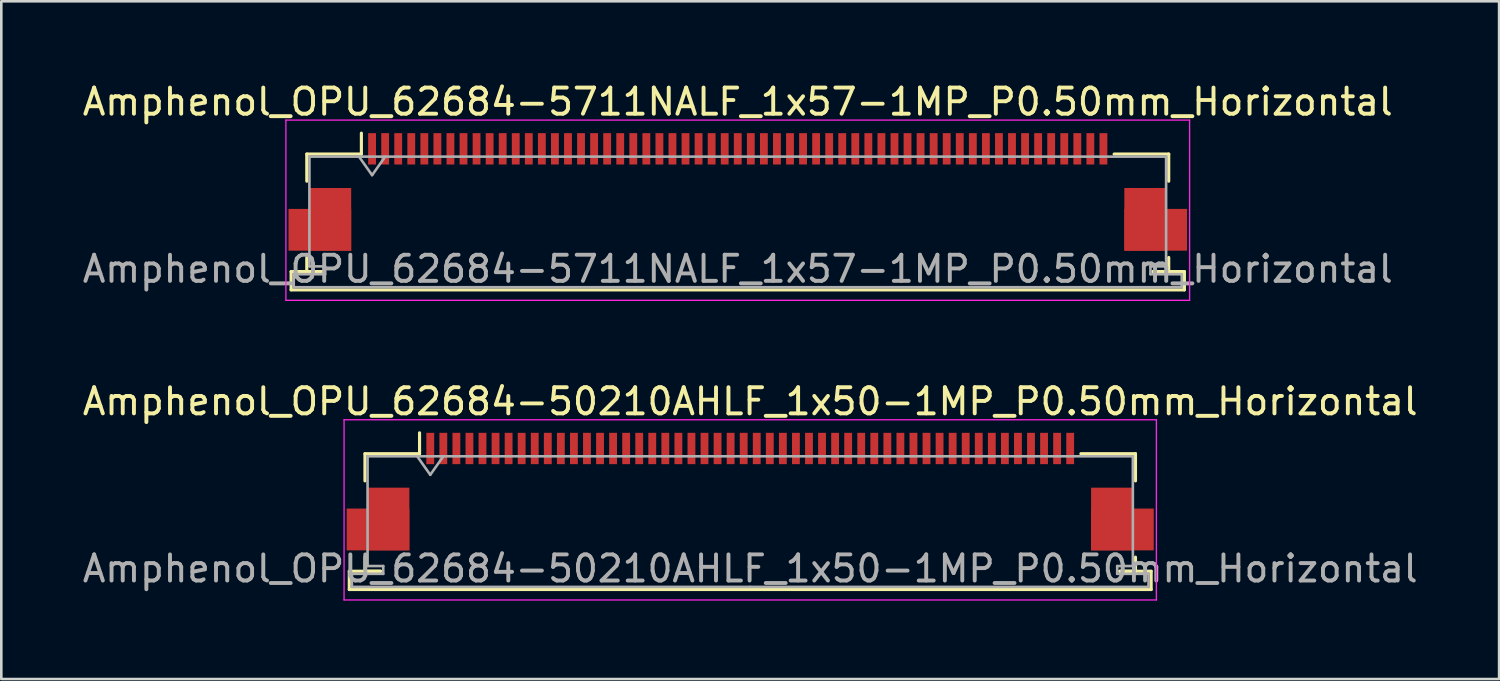
<source format=kicad_pcb>
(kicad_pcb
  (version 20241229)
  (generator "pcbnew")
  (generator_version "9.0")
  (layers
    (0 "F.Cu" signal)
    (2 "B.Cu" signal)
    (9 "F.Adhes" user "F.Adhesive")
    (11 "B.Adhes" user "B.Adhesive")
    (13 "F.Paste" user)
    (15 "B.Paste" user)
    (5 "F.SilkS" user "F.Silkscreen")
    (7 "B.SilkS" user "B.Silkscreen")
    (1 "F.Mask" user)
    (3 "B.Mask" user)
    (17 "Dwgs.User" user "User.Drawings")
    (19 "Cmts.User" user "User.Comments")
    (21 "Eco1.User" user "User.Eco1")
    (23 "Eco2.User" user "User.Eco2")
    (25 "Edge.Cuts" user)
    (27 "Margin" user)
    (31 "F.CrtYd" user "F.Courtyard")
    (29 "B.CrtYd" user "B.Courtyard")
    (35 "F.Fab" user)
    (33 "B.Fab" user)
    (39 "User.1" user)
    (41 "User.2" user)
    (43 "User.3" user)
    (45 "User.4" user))
  (footprint "Amphenol_OPU_62684-5711NALF_1x57-1MP_P0.50mm_Horizontal"
    (layer "F.Cu")
    (at 25.196 4.298)
    (property "Reference" "Amphenol_OPU_62684-5711NALF_1x57-1MP_P0.50mm_Horizontal" (at 0 -3.45 0) (layer "F.SilkS") (effects (font (size 1 1) (thickness 0.15))))
    (attr smd)
    (fp_line (start -17.1 3.05) (end -17.1 3.75) (stroke (width 0.12) (type solid)) (layer "F.SilkS"))
    (fp_line (start -17.1 3.75) (end 17.1 3.75) (stroke (width 0.12) (type solid)) (layer "F.SilkS"))
    (fp_line (start -16.5 -1.45) (end -16.5 -0.41) (stroke (width 0.12) (type solid)) (layer "F.SilkS"))
    (fp_line (start -16.5 2.51) (end -16.5 3.05) (stroke (width 0.12) (type solid)) (layer "F.SilkS"))
    (fp_line (start -16.5 3.05) (end -15.9 3.05) (stroke (width 0.12) (type solid)) (layer "F.SilkS"))
    (fp_line (start -15.9 3.05) (end -17.1 3.05) (stroke (width 0.12) (type solid)) (layer "F.SilkS"))
    (fp_line (start -14.41 -1.45) (end -16.5 -1.45) (stroke (width 0.12) (type solid)) (layer "F.SilkS"))
    (fp_line (start -14.41 -1.45) (end -14.41 -2.25) (stroke (width 0.12) (type solid)) (layer "F.SilkS"))
    (fp_line (start 14.41 -1.45) (end 16.5 -1.45) (stroke (width 0.12) (type solid)) (layer "F.SilkS"))
    (fp_line (start 15.9 3.05) (end 16.5 3.05) (stroke (width 0.12) (type solid)) (layer "F.SilkS"))
    (fp_line (start 16.5 -1.45) (end 16.5 -0.41) (stroke (width 0.12) (type solid)) (layer "F.SilkS"))
    (fp_line (start 16.5 3.05) (end 16.5 2.51) (stroke (width 0.12) (type solid)) (layer "F.SilkS"))
    (fp_line (start 17.1 3.05) (end 15.9 3.05) (stroke (width 0.12) (type solid)) (layer "F.SilkS"))
    (fp_line (start 17.1 3.75) (end 17.1 3.05) (stroke (width 0.12) (type solid)) (layer "F.SilkS"))
    (fp_line (start -17.3 -2.75) (end -17.3 4.15) (stroke (width 0.05) (type solid)) (layer "F.CrtYd"))
    (fp_line (start -17.3 4.15) (end 17.3 4.15) (stroke (width 0.05) (type solid)) (layer "F.CrtYd"))
    (fp_line (start 17.3 -2.75) (end -17.3 -2.75) (stroke (width 0.05) (type solid)) (layer "F.CrtYd"))
    (fp_line (start 17.3 4.15) (end 17.3 -2.75) (stroke (width 0.05) (type solid)) (layer "F.CrtYd"))
    (fp_line (start -17 3.15) (end -17 3.65) (stroke (width 0.1) (type solid)) (layer "F.Fab"))
    (fp_line (start -17 3.65) (end 0 3.65) (stroke (width 0.1) (type solid)) (layer "F.Fab"))
    (fp_line (start -16.4 -1.35) (end -16.4 2.85) (stroke (width 0.1) (type solid)) (layer "F.Fab"))
    (fp_line (start -16.4 2.85) (end -15.8 2.85) (stroke (width 0.1) (type solid)) (layer "F.Fab"))
    (fp_line (start -15.8 2.85) (end -15.8 3.15) (stroke (width 0.1) (type solid)) (layer "F.Fab"))
    (fp_line (start -15.8 3.15) (end -17 3.15) (stroke (width 0.1) (type solid)) (layer "F.Fab"))
    (fp_line (start -14.5 -1.35) (end -14 -0.643) (stroke (width 0.1) (type solid)) (layer "F.Fab"))
    (fp_line (start -14 -0.643) (end -13.5 -1.35) (stroke (width 0.1) (type solid)) (layer "F.Fab"))
    (fp_line (start 0 -1.35) (end -16.4 -1.35) (stroke (width 0.1) (type solid)) (layer "F.Fab"))
    (fp_line (start 0 -1.35) (end 16.4 -1.35) (stroke (width 0.1) (type solid)) (layer "F.Fab"))
    (fp_line (start 15.8 2.85) (end 15.8 3.15) (stroke (width 0.1) (type solid)) (layer "F.Fab"))
    (fp_line (start 15.8 3.15) (end 17 3.15) (stroke (width 0.1) (type solid)) (layer "F.Fab"))
    (fp_line (start 16.4 -1.35) (end 16.4 2.85) (stroke (width 0.1) (type solid)) (layer "F.Fab"))
    (fp_line (start 16.4 2.85) (end 15.8 2.85) (stroke (width 0.1) (type solid)) (layer "F.Fab"))
    (fp_line (start 17 3.15) (end 17 3.65) (stroke (width 0.1) (type solid)) (layer "F.Fab"))
    (fp_line (start 17 3.65) (end 0 3.65) (stroke (width 0.1) (type solid)) (layer "F.Fab"))
    (fp_text user "${REFERENCE}" (at 0 2.95 0) (layer "F.Fab") (effects (font (size 1 1) (thickness 0.15))))
    (pad "1" smd rect (at -14 -1.65) (size 0.3 1.2) (layers "F.Cu" "F.Mask" "F.Paste"))
    (pad "2" smd rect (at -13.5 -1.65) (size 0.3 1.2) (layers "F.Cu" "F.Mask" "F.Paste"))
    (pad "3" smd rect (at -13 -1.65) (size 0.3 1.2) (layers "F.Cu" "F.Mask" "F.Paste"))
    (pad "4" smd rect (at -12.5 -1.65) (size 0.3 1.2) (layers "F.Cu" "F.Mask" "F.Paste"))
    (pad "5" smd rect (at -12 -1.65) (size 0.3 1.2) (layers "F.Cu" "F.Mask" "F.Paste"))
    (pad "6" smd rect (at -11.5 -1.65) (size 0.3 1.2) (layers "F.Cu" "F.Mask" "F.Paste"))
    (pad "7" smd rect (at -11 -1.65) (size 0.3 1.2) (layers "F.Cu" "F.Mask" "F.Paste"))
    (pad "8" smd rect (at -10.5 -1.65) (size 0.3 1.2) (layers "F.Cu" "F.Mask" "F.Paste"))
    (pad "9" smd rect (at -10 -1.65) (size 0.3 1.2) (layers "F.Cu" "F.Mask" "F.Paste"))
    (pad "10" smd rect (at -9.5 -1.65) (size 0.3 1.2) (layers "F.Cu" "F.Mask" "F.Paste"))
    (pad "11" smd rect (at -9 -1.65) (size 0.3 1.2) (layers "F.Cu" "F.Mask" "F.Paste"))
    (pad "12" smd rect (at -8.5 -1.65) (size 0.3 1.2) (layers "F.Cu" "F.Mask" "F.Paste"))
    (pad "13" smd rect (at -8 -1.65) (size 0.3 1.2) (layers "F.Cu" "F.Mask" "F.Paste"))
    (pad "14" smd rect (at -7.5 -1.65) (size 0.3 1.2) (layers "F.Cu" "F.Mask" "F.Paste"))
    (pad "15" smd rect (at -7 -1.65) (size 0.3 1.2) (layers "F.Cu" "F.Mask" "F.Paste"))
    (pad "16" smd rect (at -6.5 -1.65) (size 0.3 1.2) (layers "F.Cu" "F.Mask" "F.Paste"))
    (pad "17" smd rect (at -6 -1.65) (size 0.3 1.2) (layers "F.Cu" "F.Mask" "F.Paste"))
    (pad "18" smd rect (at -5.5 -1.65) (size 0.3 1.2) (layers "F.Cu" "F.Mask" "F.Paste"))
    (pad "19" smd rect (at -5 -1.65) (size 0.3 1.2) (layers "F.Cu" "F.Mask" "F.Paste"))
    (pad "20" smd rect (at -4.5 -1.65) (size 0.3 1.2) (layers "F.Cu" "F.Mask" "F.Paste"))
    (pad "21" smd rect (at -4 -1.65) (size 0.3 1.2) (layers "F.Cu" "F.Mask" "F.Paste"))
    (pad "22" smd rect (at -3.5 -1.65) (size 0.3 1.2) (layers "F.Cu" "F.Mask" "F.Paste"))
    (pad "23" smd rect (at -3 -1.65) (size 0.3 1.2) (layers "F.Cu" "F.Mask" "F.Paste"))
    (pad "24" smd rect (at -2.5 -1.65) (size 0.3 1.2) (layers "F.Cu" "F.Mask" "F.Paste"))
    (pad "25" smd rect (at -2 -1.65) (size 0.3 1.2) (layers "F.Cu" "F.Mask" "F.Paste"))
    (pad "26" smd rect (at -1.5 -1.65) (size 0.3 1.2) (layers "F.Cu" "F.Mask" "F.Paste"))
    (pad "27" smd rect (at -1 -1.65) (size 0.3 1.2) (layers "F.Cu" "F.Mask" "F.Paste"))
    (pad "28" smd rect (at -0.5 -1.65) (size 0.3 1.2) (layers "F.Cu" "F.Mask" "F.Paste"))
    (pad "29" smd rect (at 0 -1.65) (size 0.3 1.2) (layers "F.Cu" "F.Mask" "F.Paste"))
    (pad "30" smd rect (at 0.5 -1.65) (size 0.3 1.2) (layers "F.Cu" "F.Mask" "F.Paste"))
    (pad "31" smd rect (at 1 -1.65) (size 0.3 1.2) (layers "F.Cu" "F.Mask" "F.Paste"))
    (pad "32" smd rect (at 1.5 -1.65) (size 0.3 1.2) (layers "F.Cu" "F.Mask" "F.Paste"))
    (pad "33" smd rect (at 2 -1.65) (size 0.3 1.2) (layers "F.Cu" "F.Mask" "F.Paste"))
    (pad "34" smd rect (at 2.5 -1.65) (size 0.3 1.2) (layers "F.Cu" "F.Mask" "F.Paste"))
    (pad "35" smd rect (at 3 -1.65) (size 0.3 1.2) (layers "F.Cu" "F.Mask" "F.Paste"))
    (pad "36" smd rect (at 3.5 -1.65) (size 0.3 1.2) (layers "F.Cu" "F.Mask" "F.Paste"))
    (pad "37" smd rect (at 4 -1.65) (size 0.3 1.2) (layers "F.Cu" "F.Mask" "F.Paste"))
    (pad "38" smd rect (at 4.5 -1.65) (size 0.3 1.2) (layers "F.Cu" "F.Mask" "F.Paste"))
    (pad "39" smd rect (at 5 -1.65) (size 0.3 1.2) (layers "F.Cu" "F.Mask" "F.Paste"))
    (pad "40" smd rect (at 5.5 -1.65) (size 0.3 1.2) (layers "F.Cu" "F.Mask" "F.Paste"))
    (pad "41" smd rect (at 6 -1.65) (size 0.3 1.2) (layers "F.Cu" "F.Mask" "F.Paste"))
    (pad "42" smd rect (at 6.5 -1.65) (size 0.3 1.2) (layers "F.Cu" "F.Mask" "F.Paste"))
    (pad "43" smd rect (at 7 -1.65) (size 0.3 1.2) (layers "F.Cu" "F.Mask" "F.Paste"))
    (pad "44" smd rect (at 7.5 -1.65) (size 0.3 1.2) (layers "F.Cu" "F.Mask" "F.Paste"))
    (pad "45" smd rect (at 8 -1.65) (size 0.3 1.2) (layers "F.Cu" "F.Mask" "F.Paste"))
    (pad "46" smd rect (at 8.5 -1.65) (size 0.3 1.2) (layers "F.Cu" "F.Mask" "F.Paste"))
    (pad "47" smd rect (at 9 -1.65) (size 0.3 1.2) (layers "F.Cu" "F.Mask" "F.Paste"))
    (pad "48" smd rect (at 9.5 -1.65) (size 0.3 1.2) (layers "F.Cu" "F.Mask" "F.Paste"))
    (pad "49" smd rect (at 10 -1.65) (size 0.3 1.2) (layers "F.Cu" "F.Mask" "F.Paste"))
    (pad "50" smd rect (at 10.5 -1.65) (size 0.3 1.2) (layers "F.Cu" "F.Mask" "F.Paste"))
    (pad "51" smd rect (at 11 -1.65) (size 0.3 1.2) (layers "F.Cu" "F.Mask" "F.Paste"))
    (pad "52" smd rect (at 11.5 -1.65) (size 0.3 1.2) (layers "F.Cu" "F.Mask" "F.Paste"))
    (pad "53" smd rect (at 12 -1.65) (size 0.3 1.2) (layers "F.Cu" "F.Mask" "F.Paste"))
    (pad "54" smd rect (at 12.5 -1.65) (size 0.3 1.2) (layers "F.Cu" "F.Mask" "F.Paste"))
    (pad "55" smd rect (at 13 -1.65) (size 0.3 1.2) (layers "F.Cu" "F.Mask" "F.Paste"))
    (pad "56" smd rect (at 13.5 -1.65) (size 0.3 1.2) (layers "F.Cu" "F.Mask" "F.Paste"))
    (pad "57" smd rect (at 14 -1.65) (size 0.3 1.2) (layers "F.Cu" "F.Mask" "F.Paste"))
    (pad "MP" smd rect (at -16 1.45) (size 2.4 1.6) (layers "F.Cu" "F.Mask" "F.Paste"))
    (pad "MP" smd rect (at -15.6 1.05) (size 1.6 2.4) (layers "F.Cu" "F.Mask" "F.Paste"))
    (pad "MP" smd rect (at 15.6 1.05) (size 1.6 2.4) (layers "F.Cu" "F.Mask" "F.Paste"))
    (pad "MP" smd rect (at 16 1.45) (size 2.4 1.6) (layers "F.Cu" "F.Mask" "F.Paste")))
  (footprint "Amphenol_OPU_62684-50210AHLF_1x50-1MP_P0.50mm_Horizontal"
    (layer "F.Cu")
    (at 25.673 15.771)
    (property "Reference" "Amphenol_OPU_62684-50210AHLF_1x50-1MP_P0.50mm_Horizontal" (at 0 -3.45 0) (layer "F.SilkS") (effects (font (size 1 1) (thickness 0.15))))
    (attr smd)
    (fp_line (start -15.35 3.05) (end -15.35 3.75) (stroke (width 0.12) (type solid)) (layer "F.SilkS"))
    (fp_line (start -15.35 3.75) (end 15.35 3.75) (stroke (width 0.12) (type solid)) (layer "F.SilkS"))
    (fp_line (start -14.75 -1.45) (end -14.75 -0.41) (stroke (width 0.12) (type solid)) (layer "F.SilkS"))
    (fp_line (start -14.75 2.51) (end -14.75 3.05) (stroke (width 0.12) (type solid)) (layer "F.SilkS"))
    (fp_line (start -14.75 3.05) (end -14.15 3.05) (stroke (width 0.12) (type solid)) (layer "F.SilkS"))
    (fp_line (start -14.15 3.05) (end -15.35 3.05) (stroke (width 0.12) (type solid)) (layer "F.SilkS"))
    (fp_line (start -12.66 -1.45) (end -14.75 -1.45) (stroke (width 0.12) (type solid)) (layer "F.SilkS"))
    (fp_line (start -12.66 -1.45) (end -12.66 -2.25) (stroke (width 0.12) (type solid)) (layer "F.SilkS"))
    (fp_line (start 12.66 -1.45) (end 14.75 -1.45) (stroke (width 0.12) (type solid)) (layer "F.SilkS"))
    (fp_line (start 14.15 3.05) (end 14.75 3.05) (stroke (width 0.12) (type solid)) (layer "F.SilkS"))
    (fp_line (start 14.75 -1.45) (end 14.75 -0.41) (stroke (width 0.12) (type solid)) (layer "F.SilkS"))
    (fp_line (start 14.75 3.05) (end 14.75 2.51) (stroke (width 0.12) (type solid)) (layer "F.SilkS"))
    (fp_line (start 15.35 3.05) (end 14.15 3.05) (stroke (width 0.12) (type solid)) (layer "F.SilkS"))
    (fp_line (start 15.35 3.75) (end 15.35 3.05) (stroke (width 0.12) (type solid)) (layer "F.SilkS"))
    (fp_line (start -15.55 -2.75) (end -15.55 4.15) (stroke (width 0.05) (type solid)) (layer "F.CrtYd"))
    (fp_line (start -15.55 4.15) (end 15.55 4.15) (stroke (width 0.05) (type solid)) (layer "F.CrtYd"))
    (fp_line (start 15.55 -2.75) (end -15.55 -2.75) (stroke (width 0.05) (type solid)) (layer "F.CrtYd"))
    (fp_line (start 15.55 4.15) (end 15.55 -2.75) (stroke (width 0.05) (type solid)) (layer "F.CrtYd"))
    (fp_line (start -15.25 3.15) (end -15.25 3.65) (stroke (width 0.1) (type solid)) (layer "F.Fab"))
    (fp_line (start -15.25 3.65) (end 0 3.65) (stroke (width 0.1) (type solid)) (layer "F.Fab"))
    (fp_line (start -14.65 -1.35) (end -14.65 2.85) (stroke (width 0.1) (type solid)) (layer "F.Fab"))
    (fp_line (start -14.65 2.85) (end -14.05 2.85) (stroke (width 0.1) (type solid)) (layer "F.Fab"))
    (fp_line (start -14.05 2.85) (end -14.05 3.15) (stroke (width 0.1) (type solid)) (layer "F.Fab"))
    (fp_line (start -14.05 3.15) (end -15.25 3.15) (stroke (width 0.1) (type solid)) (layer "F.Fab"))
    (fp_line (start -12.75 -1.35) (end -12.25 -0.643) (stroke (width 0.1) (type solid)) (layer "F.Fab"))
    (fp_line (start -12.25 -0.643) (end -11.75 -1.35) (stroke (width 0.1) (type solid)) (layer "F.Fab"))
    (fp_line (start 0 -1.35) (end -14.65 -1.35) (stroke (width 0.1) (type solid)) (layer "F.Fab"))
    (fp_line (start 0 -1.35) (end 14.65 -1.35) (stroke (width 0.1) (type solid)) (layer "F.Fab"))
    (fp_line (start 14.05 2.85) (end 14.05 3.15) (stroke (width 0.1) (type solid)) (layer "F.Fab"))
    (fp_line (start 14.05 3.15) (end 15.25 3.15) (stroke (width 0.1) (type solid)) (layer "F.Fab"))
    (fp_line (start 14.65 -1.35) (end 14.65 2.85) (stroke (width 0.1) (type solid)) (layer "F.Fab"))
    (fp_line (start 14.65 2.85) (end 14.05 2.85) (stroke (width 0.1) (type solid)) (layer "F.Fab"))
    (fp_line (start 15.25 3.15) (end 15.25 3.65) (stroke (width 0.1) (type solid)) (layer "F.Fab"))
    (fp_line (start 15.25 3.65) (end 0 3.65) (stroke (width 0.1) (type solid)) (layer "F.Fab"))
    (fp_text user "${REFERENCE}" (at 0 2.95 0) (layer "F.Fab") (effects (font (size 1 1) (thickness 0.15))))
    (pad "1" smd rect (at -12.25 -1.65) (size 0.3 1.2) (layers "F.Cu" "F.Mask" "F.Paste"))
    (pad "2" smd rect (at -11.75 -1.65) (size 0.3 1.2) (layers "F.Cu" "F.Mask" "F.Paste"))
    (pad "3" smd rect (at -11.25 -1.65) (size 0.3 1.2) (layers "F.Cu" "F.Mask" "F.Paste"))
    (pad "4" smd rect (at -10.75 -1.65) (size 0.3 1.2) (layers "F.Cu" "F.Mask" "F.Paste"))
    (pad "5" smd rect (at -10.25 -1.65) (size 0.3 1.2) (layers "F.Cu" "F.Mask" "F.Paste"))
    (pad "6" smd rect (at -9.75 -1.65) (size 0.3 1.2) (layers "F.Cu" "F.Mask" "F.Paste"))
    (pad "7" smd rect (at -9.25 -1.65) (size 0.3 1.2) (layers "F.Cu" "F.Mask" "F.Paste"))
    (pad "8" smd rect (at -8.75 -1.65) (size 0.3 1.2) (layers "F.Cu" "F.Mask" "F.Paste"))
    (pad "9" smd rect (at -8.25 -1.65) (size 0.3 1.2) (layers "F.Cu" "F.Mask" "F.Paste"))
    (pad "10" smd rect (at -7.75 -1.65) (size 0.3 1.2) (layers "F.Cu" "F.Mask" "F.Paste"))
    (pad "11" smd rect (at -7.25 -1.65) (size 0.3 1.2) (layers "F.Cu" "F.Mask" "F.Paste"))
    (pad "12" smd rect (at -6.75 -1.65) (size 0.3 1.2) (layers "F.Cu" "F.Mask" "F.Paste"))
    (pad "13" smd rect (at -6.25 -1.65) (size 0.3 1.2) (layers "F.Cu" "F.Mask" "F.Paste"))
    (pad "14" smd rect (at -5.75 -1.65) (size 0.3 1.2) (layers "F.Cu" "F.Mask" "F.Paste"))
    (pad "15" smd rect (at -5.25 -1.65) (size 0.3 1.2) (layers "F.Cu" "F.Mask" "F.Paste"))
    (pad "16" smd rect (at -4.75 -1.65) (size 0.3 1.2) (layers "F.Cu" "F.Mask" "F.Paste"))
    (pad "17" smd rect (at -4.25 -1.65) (size 0.3 1.2) (layers "F.Cu" "F.Mask" "F.Paste"))
    (pad "18" smd rect (at -3.75 -1.65) (size 0.3 1.2) (layers "F.Cu" "F.Mask" "F.Paste"))
    (pad "19" smd rect (at -3.25 -1.65) (size 0.3 1.2) (layers "F.Cu" "F.Mask" "F.Paste"))
    (pad "20" smd rect (at -2.75 -1.65) (size 0.3 1.2) (layers "F.Cu" "F.Mask" "F.Paste"))
    (pad "21" smd rect (at -2.25 -1.65) (size 0.3 1.2) (layers "F.Cu" "F.Mask" "F.Paste"))
    (pad "22" smd rect (at -1.75 -1.65) (size 0.3 1.2) (layers "F.Cu" "F.Mask" "F.Paste"))
    (pad "23" smd rect (at -1.25 -1.65) (size 0.3 1.2) (layers "F.Cu" "F.Mask" "F.Paste"))
    (pad "24" smd rect (at -0.75 -1.65) (size 0.3 1.2) (layers "F.Cu" "F.Mask" "F.Paste"))
    (pad "25" smd rect (at -0.25 -1.65) (size 0.3 1.2) (layers "F.Cu" "F.Mask" "F.Paste"))
    (pad "26" smd rect (at 0.25 -1.65) (size 0.3 1.2) (layers "F.Cu" "F.Mask" "F.Paste"))
    (pad "27" smd rect (at 0.75 -1.65) (size 0.3 1.2) (layers "F.Cu" "F.Mask" "F.Paste"))
    (pad "28" smd rect (at 1.25 -1.65) (size 0.3 1.2) (layers "F.Cu" "F.Mask" "F.Paste"))
    (pad "29" smd rect (at 1.75 -1.65) (size 0.3 1.2) (layers "F.Cu" "F.Mask" "F.Paste"))
    (pad "30" smd rect (at 2.25 -1.65) (size 0.3 1.2) (layers "F.Cu" "F.Mask" "F.Paste"))
    (pad "31" smd rect (at 2.75 -1.65) (size 0.3 1.2) (layers "F.Cu" "F.Mask" "F.Paste"))
    (pad "32" smd rect (at 3.25 -1.65) (size 0.3 1.2) (layers "F.Cu" "F.Mask" "F.Paste"))
    (pad "33" smd rect (at 3.75 -1.65) (size 0.3 1.2) (layers "F.Cu" "F.Mask" "F.Paste"))
    (pad "34" smd rect (at 4.25 -1.65) (size 0.3 1.2) (layers "F.Cu" "F.Mask" "F.Paste"))
    (pad "35" smd rect (at 4.75 -1.65) (size 0.3 1.2) (layers "F.Cu" "F.Mask" "F.Paste"))
    (pad "36" smd rect (at 5.25 -1.65) (size 0.3 1.2) (layers "F.Cu" "F.Mask" "F.Paste"))
    (pad "37" smd rect (at 5.75 -1.65) (size 0.3 1.2) (layers "F.Cu" "F.Mask" "F.Paste"))
    (pad "38" smd rect (at 6.25 -1.65) (size 0.3 1.2) (layers "F.Cu" "F.Mask" "F.Paste"))
    (pad "39" smd rect (at 6.75 -1.65) (size 0.3 1.2) (layers "F.Cu" "F.Mask" "F.Paste"))
    (pad "40" smd rect (at 7.25 -1.65) (size 0.3 1.2) (layers "F.Cu" "F.Mask" "F.Paste"))
    (pad "41" smd rect (at 7.75 -1.65) (size 0.3 1.2) (layers "F.Cu" "F.Mask" "F.Paste"))
    (pad "42" smd rect (at 8.25 -1.65) (size 0.3 1.2) (layers "F.Cu" "F.Mask" "F.Paste"))
    (pad "43" smd rect (at 8.75 -1.65) (size 0.3 1.2) (layers "F.Cu" "F.Mask" "F.Paste"))
    (pad "44" smd rect (at 9.25 -1.65) (size 0.3 1.2) (layers "F.Cu" "F.Mask" "F.Paste"))
    (pad "45" smd rect (at 9.75 -1.65) (size 0.3 1.2) (layers "F.Cu" "F.Mask" "F.Paste"))
    (pad "46" smd rect (at 10.25 -1.65) (size 0.3 1.2) (layers "F.Cu" "F.Mask" "F.Paste"))
    (pad "47" smd rect (at 10.75 -1.65) (size 0.3 1.2) (layers "F.Cu" "F.Mask" "F.Paste"))
    (pad "48" smd rect (at 11.25 -1.65) (size 0.3 1.2) (layers "F.Cu" "F.Mask" "F.Paste"))
    (pad "49" smd rect (at 11.75 -1.65) (size 0.3 1.2) (layers "F.Cu" "F.Mask" "F.Paste"))
    (pad "50" smd rect (at 12.25 -1.65) (size 0.3 1.2) (layers "F.Cu" "F.Mask" "F.Paste"))
    (pad "MP" smd rect (at -14.25 1.45) (size 2.4 1.6) (layers "F.Cu" "F.Mask" "F.Paste"))
    (pad "MP" smd rect (at -13.85 1.05) (size 1.6 2.4) (layers "F.Cu" "F.Mask" "F.Paste"))
    (pad "MP" smd rect (at 13.85 1.05) (size 1.6 2.4) (layers "F.Cu" "F.Mask" "F.Paste"))
    (pad "MP" smd rect (at 14.25 1.45) (size 2.4 1.6) (layers "F.Cu" "F.Mask" "F.Paste")))
  (gr_rect
    (start -3 -3)
    (end 54.345 22.947)
    (stroke (width 0.1) (type default))
    (fill no)
    (layer "Edge.Cuts")))
</source>
